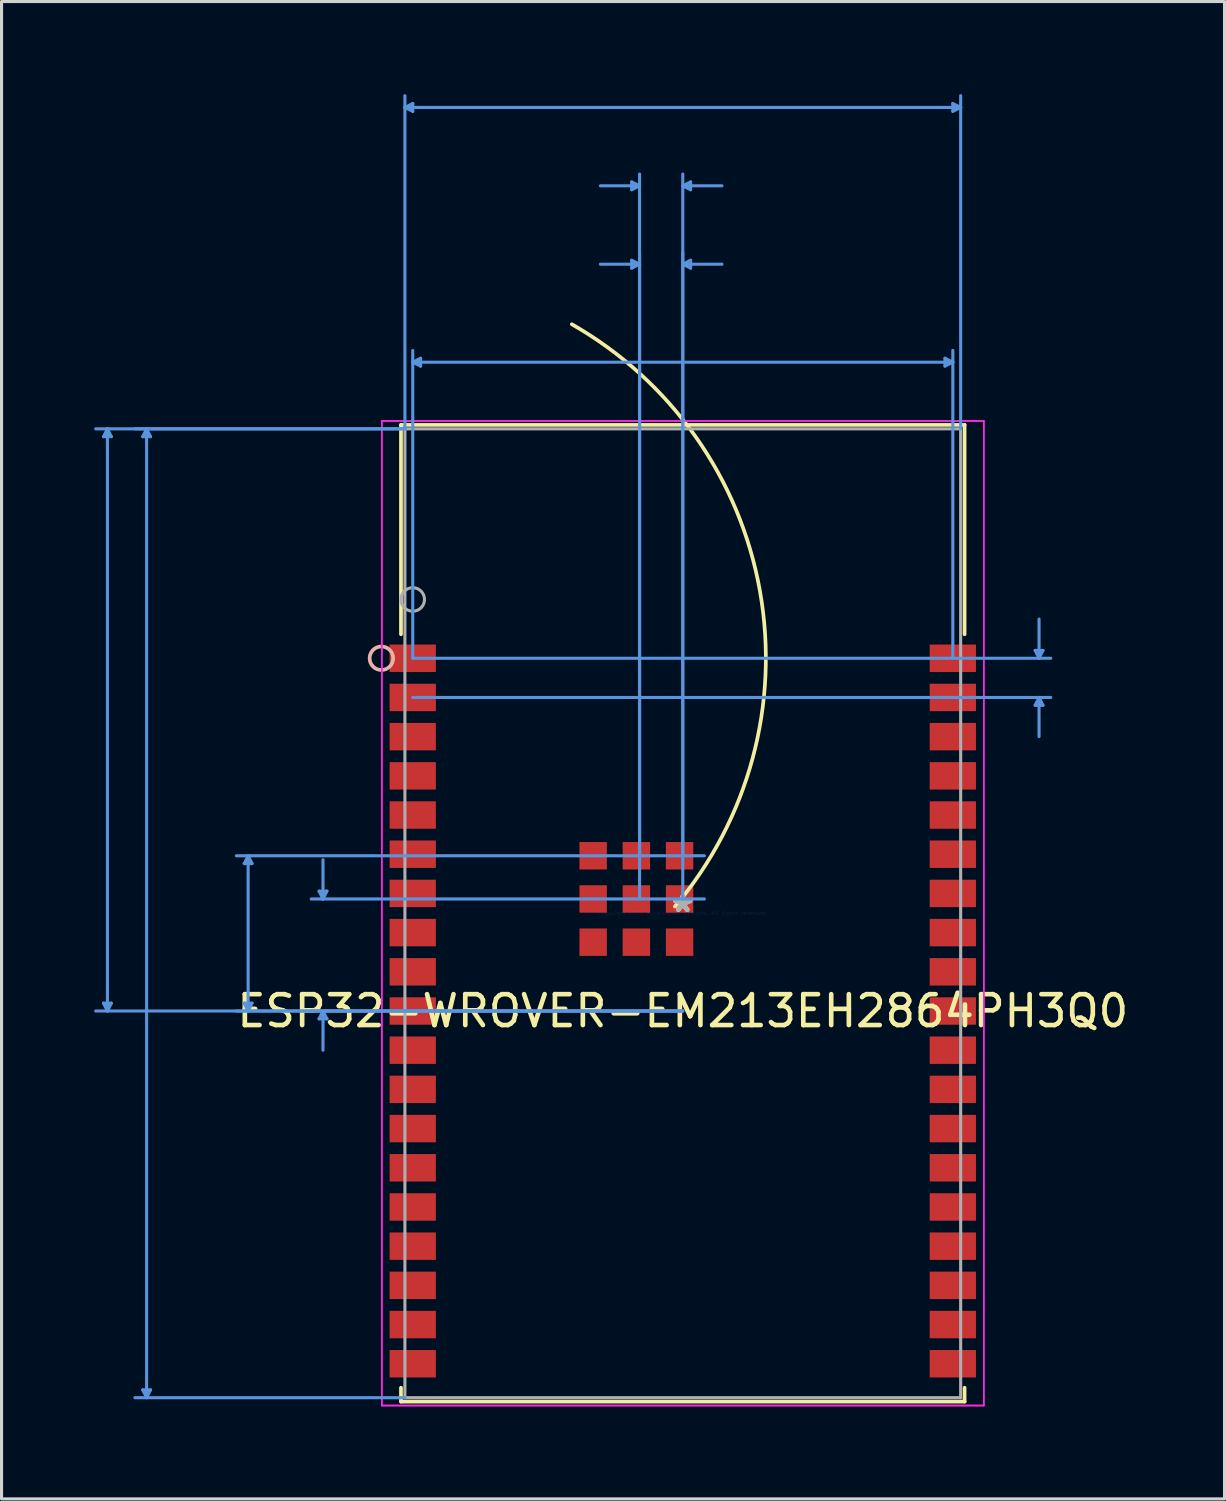
<source format=kicad_pcb>
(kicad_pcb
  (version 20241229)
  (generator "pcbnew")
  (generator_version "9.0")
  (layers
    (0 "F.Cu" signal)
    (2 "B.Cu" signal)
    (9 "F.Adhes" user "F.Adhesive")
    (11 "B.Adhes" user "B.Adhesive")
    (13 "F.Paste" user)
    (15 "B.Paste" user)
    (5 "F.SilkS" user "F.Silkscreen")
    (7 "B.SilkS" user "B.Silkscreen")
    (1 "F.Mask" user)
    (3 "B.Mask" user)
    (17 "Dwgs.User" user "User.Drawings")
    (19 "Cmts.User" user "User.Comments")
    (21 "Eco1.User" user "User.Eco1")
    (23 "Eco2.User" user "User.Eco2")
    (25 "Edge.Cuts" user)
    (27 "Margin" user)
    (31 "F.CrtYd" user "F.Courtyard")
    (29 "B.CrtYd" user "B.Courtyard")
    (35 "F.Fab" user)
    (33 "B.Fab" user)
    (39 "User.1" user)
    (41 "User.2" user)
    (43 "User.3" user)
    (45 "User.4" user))
  (footprint "ESP32-WROVER-EM213EH2864PH3Q0"
    (layer "F.Cu")
    (at 19.074 26.542)
    (property "Reference" "ESP32-WROVER-EM213EH2864PH3Q0" (at 0 3.167 0) (layer "F.SilkS") (effects (font (size 1 1) (thickness 0.15))))
    (attr through_hole)
    (fp_line (start -9.131 -15.824) (end -9.131 -9.04) (stroke (width 0.12) (type solid)) (layer "F.SilkS"))
    (fp_line (start -9.131 15.374) (end -9.131 15.824) (stroke (width 0.12) (type solid)) (layer "F.SilkS"))
    (fp_line (start -9.131 15.824) (end 9.131 15.824) (stroke (width 0.12) (type solid)) (layer "F.SilkS"))
    (fp_line (start 9.131 -15.824) (end -9.131 -15.824) (stroke (width 0.12) (type solid)) (layer "F.SilkS"))
    (fp_line (start 9.131 -9.04) (end 9.131 -15.824) (stroke (width 0.12) (type solid)) (layer "F.SilkS"))
    (fp_line (start 9.131 15.824) (end 9.131 15.374) (stroke (width 0.12) (type solid)) (layer "F.SilkS"))
    (fp_arc (start -3.595326 -19.085364) (mid 2.501141 -10.435066) (end -0.25425 -0.217317) (stroke (width 0.12) (type solid)) (layer "F.SilkS"))
    (fp_circle (center -9.766 -8.263) (end -9.385 -8.263) (stroke (width 0.12) (type solid)) (fill no) (layer "B.SilkS"))
    (fp_line (start -18.77 -15.443) (end -18.516 -15.443) (stroke (width 0.1) (type solid)) (layer "Cmts.User"))
    (fp_line (start -18.77 2.913) (end -18.516 2.913) (stroke (width 0.1) (type solid)) (layer "Cmts.User"))
    (fp_line (start -18.643 -15.697) (end -18.77 -15.443) (stroke (width 0.1) (type solid)) (layer "Cmts.User"))
    (fp_line (start -18.643 -15.697) (end -18.643 3.167) (stroke (width 0.1) (type solid)) (layer "Cmts.User"))
    (fp_line (start -18.643 -15.697) (end -18.516 -15.443) (stroke (width 0.1) (type solid)) (layer "Cmts.User"))
    (fp_line (start -18.643 3.167) (end -18.77 2.913) (stroke (width 0.1) (type solid)) (layer "Cmts.User"))
    (fp_line (start -18.643 3.167) (end -18.516 2.913) (stroke (width 0.1) (type solid)) (layer "Cmts.User"))
    (fp_line (start -17.5 -15.443) (end -17.246 -15.443) (stroke (width 0.1) (type solid)) (layer "Cmts.User"))
    (fp_line (start -17.5 15.443) (end -17.246 15.443) (stroke (width 0.1) (type solid)) (layer "Cmts.User"))
    (fp_line (start -17.373 -15.697) (end -17.5 -15.443) (stroke (width 0.1) (type solid)) (layer "Cmts.User"))
    (fp_line (start -17.373 -15.697) (end -17.373 15.697) (stroke (width 0.1) (type solid)) (layer "Cmts.User"))
    (fp_line (start -17.373 -15.697) (end -17.246 -15.443) (stroke (width 0.1) (type solid)) (layer "Cmts.User"))
    (fp_line (start -17.373 15.697) (end -17.5 15.443) (stroke (width 0.1) (type solid)) (layer "Cmts.User"))
    (fp_line (start -17.373 15.697) (end -17.246 15.443) (stroke (width 0.1) (type solid)) (layer "Cmts.User"))
    (fp_line (start -14.211 -1.609) (end -13.957 -1.609) (stroke (width 0.1) (type solid)) (layer "Cmts.User"))
    (fp_line (start -14.211 2.913) (end -13.957 2.913) (stroke (width 0.1) (type solid)) (layer "Cmts.User"))
    (fp_line (start -14.084 -1.863) (end -14.211 -1.609) (stroke (width 0.1) (type solid)) (layer "Cmts.User"))
    (fp_line (start -14.084 -1.863) (end -14.084 3.167) (stroke (width 0.1) (type solid)) (layer "Cmts.User"))
    (fp_line (start -14.084 -1.863) (end -13.957 -1.609) (stroke (width 0.1) (type solid)) (layer "Cmts.User"))
    (fp_line (start -14.084 3.167) (end -14.211 2.913) (stroke (width 0.1) (type solid)) (layer "Cmts.User"))
    (fp_line (start -14.084 3.167) (end -13.957 2.913) (stroke (width 0.1) (type solid)) (layer "Cmts.User"))
    (fp_line (start -11.785 -0.717) (end -11.531 -0.717) (stroke (width 0.1) (type solid)) (layer "Cmts.User"))
    (fp_line (start -11.785 3.421) (end -11.531 3.421) (stroke (width 0.1) (type solid)) (layer "Cmts.User"))
    (fp_line (start -11.658 -0.463) (end -11.785 -0.717) (stroke (width 0.1) (type solid)) (layer "Cmts.User"))
    (fp_line (start -11.658 -0.463) (end -11.658 -1.733) (stroke (width 0.1) (type solid)) (layer "Cmts.User"))
    (fp_line (start -11.658 -0.463) (end -11.531 -0.717) (stroke (width 0.1) (type solid)) (layer "Cmts.User"))
    (fp_line (start -11.658 3.167) (end -11.785 3.421) (stroke (width 0.1) (type solid)) (layer "Cmts.User"))
    (fp_line (start -11.658 3.167) (end -11.658 4.437) (stroke (width 0.1) (type solid)) (layer "Cmts.User"))
    (fp_line (start -11.658 3.167) (end -11.531 3.421) (stroke (width 0.1) (type solid)) (layer "Cmts.User"))
    (fp_line (start -9.004 -26.111) (end -8.75 -26.238) (stroke (width 0.1) (type solid)) (layer "Cmts.User"))
    (fp_line (start -9.004 -26.111) (end -8.75 -25.984) (stroke (width 0.1) (type solid)) (layer "Cmts.User"))
    (fp_line (start -9.004 -26.111) (end 9.004 -26.111) (stroke (width 0.1) (type solid)) (layer "Cmts.User"))
    (fp_line (start -9.004 -15.697) (end -19.024 -15.697) (stroke (width 0.1) (type solid)) (layer "Cmts.User"))
    (fp_line (start -9.004 -15.697) (end -17.754 -15.697) (stroke (width 0.1) (type solid)) (layer "Cmts.User"))
    (fp_line (start -9.004 -15.697) (end -9.004 -26.492) (stroke (width 0.1) (type solid)) (layer "Cmts.User"))
    (fp_line (start -9.004 15.697) (end -17.754 15.697) (stroke (width 0.1) (type solid)) (layer "Cmts.User"))
    (fp_line (start -8.75 -26.238) (end -8.75 -25.984) (stroke (width 0.1) (type solid)) (layer "Cmts.User"))
    (fp_line (start -8.75 -17.856) (end -8.496 -17.983) (stroke (width 0.1) (type solid)) (layer "Cmts.User"))
    (fp_line (start -8.75 -17.856) (end -8.496 -17.729) (stroke (width 0.1) (type solid)) (layer "Cmts.User"))
    (fp_line (start -8.75 -17.856) (end 8.75 -17.856) (stroke (width 0.1) (type solid)) (layer "Cmts.User"))
    (fp_line (start -8.75 -8.263) (end -8.75 -18.237) (stroke (width 0.1) (type solid)) (layer "Cmts.User"))
    (fp_line (start -8.75 -8.263) (end 11.925 -8.263) (stroke (width 0.1) (type solid)) (layer "Cmts.User"))
    (fp_line (start -8.75 -6.993) (end 11.925 -6.993) (stroke (width 0.1) (type solid)) (layer "Cmts.User"))
    (fp_line (start -8.496 -17.983) (end -8.496 -17.729) (stroke (width 0.1) (type solid)) (layer "Cmts.User"))
    (fp_line (start -1.654 -21.158) (end -1.654 -20.904) (stroke (width 0.1) (type solid)) (layer "Cmts.User"))
    (fp_line (start -1.654 -23.698) (end -1.654 -23.444) (stroke (width 0.1) (type solid)) (layer "Cmts.User"))
    (fp_line (start -1.4 -21.031) (end -2.67 -21.031) (stroke (width 0.1) (type solid)) (layer "Cmts.User"))
    (fp_line (start -1.4 -21.031) (end -1.654 -21.158) (stroke (width 0.1) (type solid)) (layer "Cmts.User"))
    (fp_line (start -1.4 -21.031) (end -1.654 -20.904) (stroke (width 0.1) (type solid)) (layer "Cmts.User"))
    (fp_line (start -1.4 -1.863) (end -1.4 -21.412) (stroke (width 0.1) (type solid)) (layer "Cmts.User"))
    (fp_line (start -1.4 -23.571) (end -2.67 -23.571) (stroke (width 0.1) (type solid)) (layer "Cmts.User"))
    (fp_line (start -1.4 -23.571) (end -1.654 -23.698) (stroke (width 0.1) (type solid)) (layer "Cmts.User"))
    (fp_line (start -1.4 -23.571) (end -1.654 -23.444) (stroke (width 0.1) (type solid)) (layer "Cmts.User"))
    (fp_line (start -1.4 -0.463) (end -1.4 -23.952) (stroke (width 0.1) (type solid)) (layer "Cmts.User"))
    (fp_line (start 0 -23.571) (end 0.254 -23.698) (stroke (width 0.1) (type solid)) (layer "Cmts.User"))
    (fp_line (start 0 -23.571) (end 0.254 -23.444) (stroke (width 0.1) (type solid)) (layer "Cmts.User"))
    (fp_line (start 0 -23.571) (end 1.27 -23.571) (stroke (width 0.1) (type solid)) (layer "Cmts.User"))
    (fp_line (start 0 -21.031) (end 0.254 -21.158) (stroke (width 0.1) (type solid)) (layer "Cmts.User"))
    (fp_line (start 0 -21.031) (end 0.254 -20.904) (stroke (width 0.1) (type solid)) (layer "Cmts.User"))
    (fp_line (start 0 -21.031) (end 1.27 -21.031) (stroke (width 0.1) (type solid)) (layer "Cmts.User"))
    (fp_line (start 0 -1.863) (end 0 -21.412) (stroke (width 0.1) (type solid)) (layer "Cmts.User"))
    (fp_line (start 0 -0.463) (end 0 -23.952) (stroke (width 0.1) (type solid)) (layer "Cmts.User"))
    (fp_line (start 0 3.167) (end -19.024 3.167) (stroke (width 0.1) (type solid)) (layer "Cmts.User"))
    (fp_line (start 0 3.167) (end -14.465 3.167) (stroke (width 0.1) (type solid)) (layer "Cmts.User"))
    (fp_line (start 0 3.167) (end -12.039 3.167) (stroke (width 0.1) (type solid)) (layer "Cmts.User"))
    (fp_line (start 0.254 -23.698) (end 0.254 -23.444) (stroke (width 0.1) (type solid)) (layer "Cmts.User"))
    (fp_line (start 0.254 -21.158) (end 0.254 -20.904) (stroke (width 0.1) (type solid)) (layer "Cmts.User"))
    (fp_line (start 0.7 -0.463) (end -12.039 -0.463) (stroke (width 0.1) (type solid)) (layer "Cmts.User"))
    (fp_line (start 0.7 -1.863) (end -14.465 -1.863) (stroke (width 0.1) (type solid)) (layer "Cmts.User"))
    (fp_line (start 8.496 -17.983) (end 8.496 -17.729) (stroke (width 0.1) (type solid)) (layer "Cmts.User"))
    (fp_line (start 8.75 -17.856) (end 8.496 -17.983) (stroke (width 0.1) (type solid)) (layer "Cmts.User"))
    (fp_line (start 8.75 -17.856) (end 8.496 -17.729) (stroke (width 0.1) (type solid)) (layer "Cmts.User"))
    (fp_line (start 8.75 -8.263) (end 8.75 -18.237) (stroke (width 0.1) (type solid)) (layer "Cmts.User"))
    (fp_line (start 8.75 -26.238) (end 8.75 -25.984) (stroke (width 0.1) (type solid)) (layer "Cmts.User"))
    (fp_line (start 9.004 -26.111) (end 8.75 -26.238) (stroke (width 0.1) (type solid)) (layer "Cmts.User"))
    (fp_line (start 9.004 -26.111) (end 8.75 -25.984) (stroke (width 0.1) (type solid)) (layer "Cmts.User"))
    (fp_line (start 9.004 -15.697) (end 9.004 -26.492) (stroke (width 0.1) (type solid)) (layer "Cmts.User"))
    (fp_line (start 11.417 -8.517) (end 11.671 -8.517) (stroke (width 0.1) (type solid)) (layer "Cmts.User"))
    (fp_line (start 11.417 -6.739) (end 11.671 -6.739) (stroke (width 0.1) (type solid)) (layer "Cmts.User"))
    (fp_line (start 11.544 -8.263) (end 11.417 -8.517) (stroke (width 0.1) (type solid)) (layer "Cmts.User"))
    (fp_line (start 11.544 -8.263) (end 11.544 -9.533) (stroke (width 0.1) (type solid)) (layer "Cmts.User"))
    (fp_line (start 11.544 -8.263) (end 11.671 -8.517) (stroke (width 0.1) (type solid)) (layer "Cmts.User"))
    (fp_line (start 11.544 -6.993) (end 11.417 -6.739) (stroke (width 0.1) (type solid)) (layer "Cmts.User"))
    (fp_line (start 11.544 -6.993) (end 11.544 -5.723) (stroke (width 0.1) (type solid)) (layer "Cmts.User"))
    (fp_line (start 11.544 -6.993) (end 11.671 -6.739) (stroke (width 0.1) (type solid)) (layer "Cmts.User"))
    (fp_line (start -9.753 -15.951) (end -9.753 15.951) (stroke (width 0.05) (type solid)) (layer "F.CrtYd"))
    (fp_line (start -9.753 -15.951) (end -9.753 15.951) (stroke (width 0.05) (type solid)) (layer "F.CrtYd"))
    (fp_line (start -9.753 15.951) (end 9.753 15.951) (stroke (width 0.05) (type solid)) (layer "F.CrtYd"))
    (fp_line (start -9.753 15.951) (end 9.753 15.951) (stroke (width 0.05) (type solid)) (layer "F.CrtYd"))
    (fp_line (start 9.753 -15.951) (end -9.753 -15.951) (stroke (width 0.05) (type solid)) (layer "F.CrtYd"))
    (fp_line (start 9.753 -15.951) (end -9.753 -15.951) (stroke (width 0.05) (type solid)) (layer "F.CrtYd"))
    (fp_line (start 9.753 15.951) (end 9.753 -15.951) (stroke (width 0.05) (type solid)) (layer "F.CrtYd"))
    (fp_line (start 9.753 15.951) (end 9.753 -15.951) (stroke (width 0.05) (type solid)) (layer "F.CrtYd"))
    (fp_line (start -9.004 -15.697) (end -9.004 15.697) (stroke (width 0.1) (type solid)) (layer "F.Fab"))
    (fp_line (start -9.004 15.697) (end 9.004 15.697) (stroke (width 0.1) (type solid)) (layer "F.Fab"))
    (fp_line (start 9.004 -15.697) (end -9.004 -15.697) (stroke (width 0.1) (type solid)) (layer "F.Fab"))
    (fp_line (start 9.004 15.697) (end 9.004 -15.697) (stroke (width 0.1) (type solid)) (layer "F.Fab"))
    (fp_circle (center -8.75 -10.168) (end -8.369 -10.168) (stroke (width 0.1) (type solid)) (fill no) (layer "F.Fab"))
    (fp_text user "*" (at 0 0 0) (layer "F.SilkS") (effects (font (size 1 1) (thickness 0.15))))
    (fp_text user "Copyright 2021 Accelerated Designs. All rights reserved." (at 0 0 0) (layer "Cmts.User") (effects (font (size 0.127 0.127) (thickness 0.002))))
    (fp_text user "*" (at 0 0 0) (layer "F.Fab") (effects (font (size 1 1) (thickness 0.15))))
    (pad "1" smd rect (at -8.75 -8.263) (size 1.499 0.889) (layers "F.Cu" "F.Mask" "F.Paste"))
    (pad "2" smd rect (at -8.75 -6.993) (size 1.499 0.889) (layers "F.Cu" "F.Mask" "F.Paste"))
    (pad "3" smd rect (at -8.75 -5.723) (size 1.499 0.889) (layers "F.Cu" "F.Mask" "F.Paste"))
    (pad "4" smd rect (at -8.75 -4.453) (size 1.499 0.889) (layers "F.Cu" "F.Mask" "F.Paste"))
    (pad "5" smd rect (at -8.75 -3.183) (size 1.499 0.889) (layers "F.Cu" "F.Mask" "F.Paste"))
    (pad "6" smd rect (at -8.75 -1.913) (size 1.499 0.889) (layers "F.Cu" "F.Mask" "F.Paste"))
    (pad "7" smd rect (at -8.75 -0.643) (size 1.499 0.889) (layers "F.Cu" "F.Mask" "F.Paste"))
    (pad "8" smd rect (at -8.75 0.627) (size 1.499 0.889) (layers "F.Cu" "F.Mask" "F.Paste"))
    (pad "9" smd rect (at -8.75 1.897) (size 1.499 0.889) (layers "F.Cu" "F.Mask" "F.Paste"))
    (pad "10" smd rect (at -8.75 3.167) (size 1.499 0.889) (layers "F.Cu" "F.Mask" "F.Paste"))
    (pad "11" smd rect (at -8.75 4.437) (size 1.499 0.889) (layers "F.Cu" "F.Mask" "F.Paste"))
    (pad "12" smd rect (at -8.75 5.707) (size 1.499 0.889) (layers "F.Cu" "F.Mask" "F.Paste"))
    (pad "13" smd rect (at -8.75 6.977) (size 1.499 0.889) (layers "F.Cu" "F.Mask" "F.Paste"))
    (pad "14" smd rect (at -8.75 8.247) (size 1.499 0.889) (layers "F.Cu" "F.Mask" "F.Paste"))
    (pad "15" smd rect (at -8.75 9.517) (size 1.499 0.889) (layers "F.Cu" "F.Mask" "F.Paste"))
    (pad "16" smd rect (at -8.75 10.787) (size 1.499 0.889) (layers "F.Cu" "F.Mask" "F.Paste"))
    (pad "17" smd rect (at -8.75 12.057) (size 1.499 0.889) (layers "F.Cu" "F.Mask" "F.Paste"))
    (pad "18" smd rect (at -8.75 13.327) (size 1.499 0.889) (layers "F.Cu" "F.Mask" "F.Paste"))
    (pad "19" smd rect (at -8.75 14.597) (size 1.499 0.889) (layers "F.Cu" "F.Mask" "F.Paste"))
    (pad "20" smd rect (at 8.75 14.597) (size 1.499 0.889) (layers "F.Cu" "F.Mask" "F.Paste"))
    (pad "21" smd rect (at 8.75 13.327) (size 1.499 0.889) (layers "F.Cu" "F.Mask" "F.Paste"))
    (pad "22" smd rect (at 8.75 12.057) (size 1.499 0.889) (layers "F.Cu" "F.Mask" "F.Paste"))
    (pad "23" smd rect (at 8.75 10.787) (size 1.499 0.889) (layers "F.Cu" "F.Mask" "F.Paste"))
    (pad "24" smd rect (at 8.75 9.517) (size 1.499 0.889) (layers "F.Cu" "F.Mask" "F.Paste"))
    (pad "25" smd rect (at 8.75 8.247) (size 1.499 0.889) (layers "F.Cu" "F.Mask" "F.Paste"))
    (pad "26" smd rect (at 8.75 6.977) (size 1.499 0.889) (layers "F.Cu" "F.Mask" "F.Paste"))
    (pad "27" smd rect (at 8.75 5.707) (size 1.499 0.889) (layers "F.Cu" "F.Mask" "F.Paste"))
    (pad "28" smd rect (at 8.75 4.437) (size 1.499 0.889) (layers "F.Cu" "F.Mask" "F.Paste"))
    (pad "29" smd rect (at 8.75 3.167) (size 1.499 0.889) (layers "F.Cu" "F.Mask" "F.Paste"))
    (pad "30" smd rect (at 8.75 1.897) (size 1.499 0.889) (layers "F.Cu" "F.Mask" "F.Paste"))
    (pad "31" smd rect (at 8.75 0.627) (size 1.499 0.889) (layers "F.Cu" "F.Mask" "F.Paste"))
    (pad "32" smd rect (at 8.75 -0.643) (size 1.499 0.889) (layers "F.Cu" "F.Mask" "F.Paste"))
    (pad "33" smd rect (at 8.75 -1.913) (size 1.499 0.889) (layers "F.Cu" "F.Mask" "F.Paste"))
    (pad "34" smd rect (at 8.75 -3.183) (size 1.499 0.889) (layers "F.Cu" "F.Mask" "F.Paste"))
    (pad "35" smd rect (at 8.75 -4.453) (size 1.499 0.889) (layers "F.Cu" "F.Mask" "F.Paste"))
    (pad "36" smd rect (at 8.75 -5.723) (size 1.499 0.889) (layers "F.Cu" "F.Mask" "F.Paste"))
    (pad "37" smd rect (at 8.75 -6.993) (size 1.499 0.889) (layers "F.Cu" "F.Mask" "F.Paste"))
    (pad "38" smd rect (at 8.75 -8.263) (size 1.499 0.889) (layers "F.Cu" "F.Mask" "F.Paste"))
    (pad "39" smd rect (at -1.504 -0.463) (size 0.889 0.889) (layers "F.Cu" "F.Mask" "F.Paste"))
    (pad "40" smd rect (at -0.104 -0.463) (size 0.889 0.889) (layers "F.Cu" "F.Mask" "F.Paste"))
    (pad "41" smd rect (at -0.104 -1.863) (size 0.889 0.889) (layers "F.Cu" "F.Mask" "F.Paste"))
    (pad "42" smd rect (at -1.504 -1.863) (size 0.889 0.889) (layers "F.Cu" "F.Mask" "F.Paste"))
    (pad "43" smd rect (at -2.904 -1.863) (size 0.889 0.889) (layers "F.Cu" "F.Mask" "F.Paste"))
    (pad "44" smd rect (at -2.904 -0.463) (size 0.889 0.889) (layers "F.Cu" "F.Mask" "F.Paste"))
    (pad "45" smd rect (at -2.904 0.937) (size 0.889 0.889) (layers "F.Cu" "F.Mask" "F.Paste"))
    (pad "46" smd rect (at -1.504 0.937) (size 0.889 0.889) (layers "F.Cu" "F.Mask" "F.Paste"))
    (pad "47" smd rect (at -0.104 0.937) (size 0.889 0.889) (layers "F.Cu" "F.Mask" "F.Paste")))
  (gr_rect
    (start -3 -3)
    (end 36.628 45.518)
    (stroke (width 0.1) (type default))
    (fill no)
    (layer "Edge.Cuts")))
</source>
